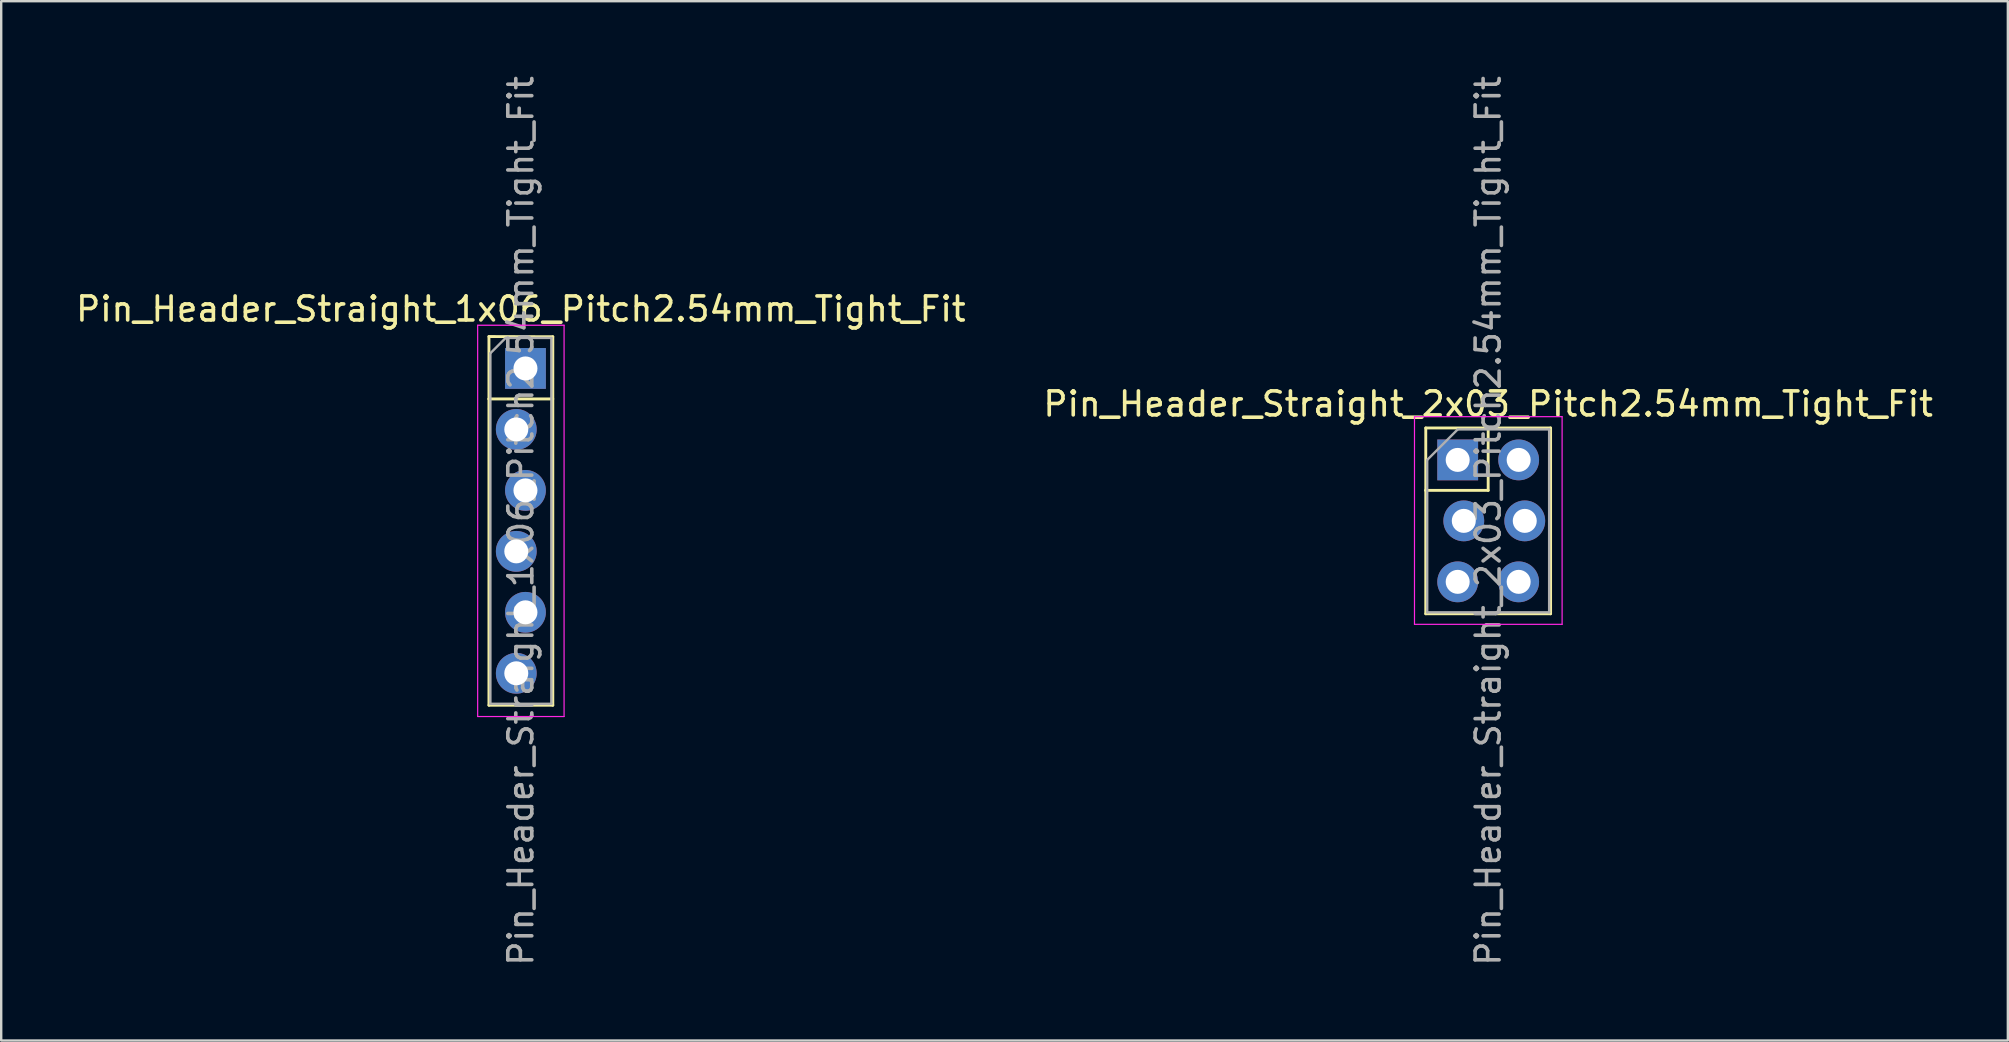
<source format=kicad_pcb>
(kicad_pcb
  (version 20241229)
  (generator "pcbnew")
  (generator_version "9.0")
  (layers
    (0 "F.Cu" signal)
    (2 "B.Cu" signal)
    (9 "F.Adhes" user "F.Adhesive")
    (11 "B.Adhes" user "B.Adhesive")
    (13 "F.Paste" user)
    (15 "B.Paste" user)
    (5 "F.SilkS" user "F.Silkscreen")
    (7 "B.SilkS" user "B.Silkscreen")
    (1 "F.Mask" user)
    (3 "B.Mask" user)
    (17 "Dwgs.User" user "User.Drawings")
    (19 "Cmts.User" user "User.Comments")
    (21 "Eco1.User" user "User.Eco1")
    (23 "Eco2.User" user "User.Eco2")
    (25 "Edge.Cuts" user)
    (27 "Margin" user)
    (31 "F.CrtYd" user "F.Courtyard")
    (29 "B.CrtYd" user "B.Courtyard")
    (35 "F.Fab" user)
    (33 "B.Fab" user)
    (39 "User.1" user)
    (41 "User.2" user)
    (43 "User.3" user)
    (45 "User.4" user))
  (footprint "Pin_Header_Straight_2x03_Pitch2.54mm_Tight_Fit"
    (layer "F.Cu")
    (at 57.676 16.109)
    (property "Reference" "Pin_Header_Straight_2x03_Pitch2.54mm_Tight_Fit" (at 1.27 -2.33 0) (layer "F.SilkS") (effects (font (size 1 1) (thickness 0.15))))
    (attr through_hole)
    (fp_line (start -1.33 -1.33) (end 1.27 -1.33) (stroke (width 0.12) (type solid)) (layer "F.SilkS"))
    (fp_line (start -1.33 1.27) (end -1.33 -1.33) (stroke (width 0.12) (type solid)) (layer "F.SilkS"))
    (fp_line (start -1.33 1.27) (end -1.33 6.41) (stroke (width 0.12) (type solid)) (layer "F.SilkS"))
    (fp_line (start -1.33 1.27) (end 1.27 1.27) (stroke (width 0.12) (type solid)) (layer "F.SilkS"))
    (fp_line (start -1.33 6.41) (end 3.87 6.41) (stroke (width 0.12) (type solid)) (layer "F.SilkS"))
    (fp_line (start 1.27 -1.33) (end 3.87 -1.33) (stroke (width 0.12) (type solid)) (layer "F.SilkS"))
    (fp_line (start 1.27 1.27) (end 1.27 -1.33) (stroke (width 0.12) (type solid)) (layer "F.SilkS"))
    (fp_line (start 3.87 -1.33) (end 3.87 6.41) (stroke (width 0.12) (type solid)) (layer "F.SilkS"))
    (fp_line (start -1.8 -1.8) (end -1.8 6.85) (stroke (width 0.05) (type solid)) (layer "F.CrtYd"))
    (fp_line (start -1.8 6.85) (end 4.35 6.85) (stroke (width 0.05) (type solid)) (layer "F.CrtYd"))
    (fp_line (start 4.35 -1.8) (end -1.8 -1.8) (stroke (width 0.05) (type solid)) (layer "F.CrtYd"))
    (fp_line (start 4.35 6.85) (end 4.35 -1.8) (stroke (width 0.05) (type solid)) (layer "F.CrtYd"))
    (fp_line (start -1.27 0) (end 0 -1.27) (stroke (width 0.1) (type solid)) (layer "F.Fab"))
    (fp_line (start -1.27 6.35) (end -1.27 0) (stroke (width 0.1) (type solid)) (layer "F.Fab"))
    (fp_line (start 0 -1.27) (end 3.81 -1.27) (stroke (width 0.1) (type solid)) (layer "F.Fab"))
    (fp_line (start 3.81 -1.27) (end 3.81 6.35) (stroke (width 0.1) (type solid)) (layer "F.Fab"))
    (fp_line (start 3.81 6.35) (end -1.27 6.35) (stroke (width 0.1) (type solid)) (layer "F.Fab"))
    (fp_text user "${REFERENCE}" (at 1.27 2.54 90) (layer "F.Fab") (effects (font (size 1 1) (thickness 0.15))))
    (pad "1" thru_hole rect (at 0 0) (size 1.7 1.7) (drill 1) (layers "*.Cu" "*.Mask"))
    (pad "2" thru_hole oval (at 2.54 0) (size 1.7 1.7) (drill 1) (layers "*.Cu" "*.Mask"))
    (pad "3" thru_hole oval (at 0.254 2.54) (size 1.7 1.7) (drill 1) (layers "*.Cu" "*.Mask"))
    (pad "4" thru_hole oval (at 2.794 2.54) (size 1.7 1.7) (drill 1) (layers "*.Cu" "*.Mask"))
    (pad "5" thru_hole oval (at 0 5.08) (size 1.7 1.7) (drill 1) (layers "*.Cu" "*.Mask"))
    (pad "6" thru_hole oval (at 2.54 5.08) (size 1.7 1.7) (drill 1) (layers "*.Cu" "*.Mask")))
  (footprint "Pin_Header_Straight_1x06_Pitch2.54mm_Tight_Fit"
    (layer "F.Cu")
    (at 18.649 18.649)
    (property "Reference" "Pin_Header_Straight_1x06_Pitch2.54mm_Tight_Fit" (at 0 -8.826 0) (layer "F.SilkS") (effects (font (size 1 1) (thickness 0.15))))
    (attr through_hole)
    (fp_line (start -1.33 -7.68) (end 1.33 -7.671) (stroke (width 0.12) (type solid)) (layer "F.SilkS"))
    (fp_line (start -1.33 -5.08) (end -1.33 -7.68) (stroke (width 0.12) (type solid)) (layer "F.SilkS"))
    (fp_line (start -1.33 -5.08) (end -1.33 7.68) (stroke (width 0.12) (type solid)) (layer "F.SilkS"))
    (fp_line (start -1.33 -5.08) (end 1.33 -5.08) (stroke (width 0.12) (type solid)) (layer "F.SilkS"))
    (fp_line (start -1.33 7.68) (end 1.33 7.68) (stroke (width 0.12) (type solid)) (layer "F.SilkS"))
    (fp_line (start 1.33 -7.671) (end 1.33 7.68) (stroke (width 0.12) (type solid)) (layer "F.SilkS"))
    (fp_line (start -1.8 -8.15) (end -1.8 8.15) (stroke (width 0.05) (type solid)) (layer "F.CrtYd"))
    (fp_line (start -1.8 8.15) (end 1.8 8.15) (stroke (width 0.05) (type solid)) (layer "F.CrtYd"))
    (fp_line (start 1.8 -8.15) (end -1.8 -8.15) (stroke (width 0.05) (type solid)) (layer "F.CrtYd"))
    (fp_line (start 1.8 8.15) (end 1.8 -8.15) (stroke (width 0.05) (type solid)) (layer "F.CrtYd"))
    (fp_line (start -1.27 -6.985) (end -0.635 -7.62) (stroke (width 0.1) (type solid)) (layer "F.Fab"))
    (fp_line (start -1.27 7.62) (end -1.27 -6.985) (stroke (width 0.1) (type solid)) (layer "F.Fab"))
    (fp_line (start -0.635 -7.62) (end 1.27 -7.62) (stroke (width 0.1) (type solid)) (layer "F.Fab"))
    (fp_line (start 1.27 -7.62) (end 1.27 7.62) (stroke (width 0.1) (type solid)) (layer "F.Fab"))
    (fp_line (start 1.27 7.62) (end -1.27 7.62) (stroke (width 0.1) (type solid)) (layer "F.Fab"))
    (fp_text user "${REFERENCE}" (at 0 0 90) (layer "F.Fab") (effects (font (size 1 1) (thickness 0.15))))
    (pad "1" thru_hole rect (at 0.191 -6.35) (size 1.7 1.7) (drill 1) (layers "*.Cu" "*.Mask"))
    (pad "2" thru_hole oval (at -0.191 -3.81) (size 1.7 1.7) (drill 1) (layers "*.Cu" "*.Mask"))
    (pad "3" thru_hole oval (at 0.191 -1.27) (size 1.7 1.7) (drill 1) (layers "*.Cu" "*.Mask"))
    (pad "4" thru_hole oval (at -0.191 1.27) (size 1.7 1.7) (drill 1) (layers "*.Cu" "*.Mask"))
    (pad "5" thru_hole oval (at 0.191 3.81) (size 1.7 1.7) (drill 1) (layers "*.Cu" "*.Mask"))
    (pad "6" thru_hole oval (at -0.191 6.35) (size 1.7 1.7) (drill 1) (layers "*.Cu" "*.Mask")))
  (gr_rect
    (start -3 -3)
    (end 80.595 40.298)
    (stroke (width 0.1) (type default))
    (fill no)
    (layer "Edge.Cuts")))
</source>
